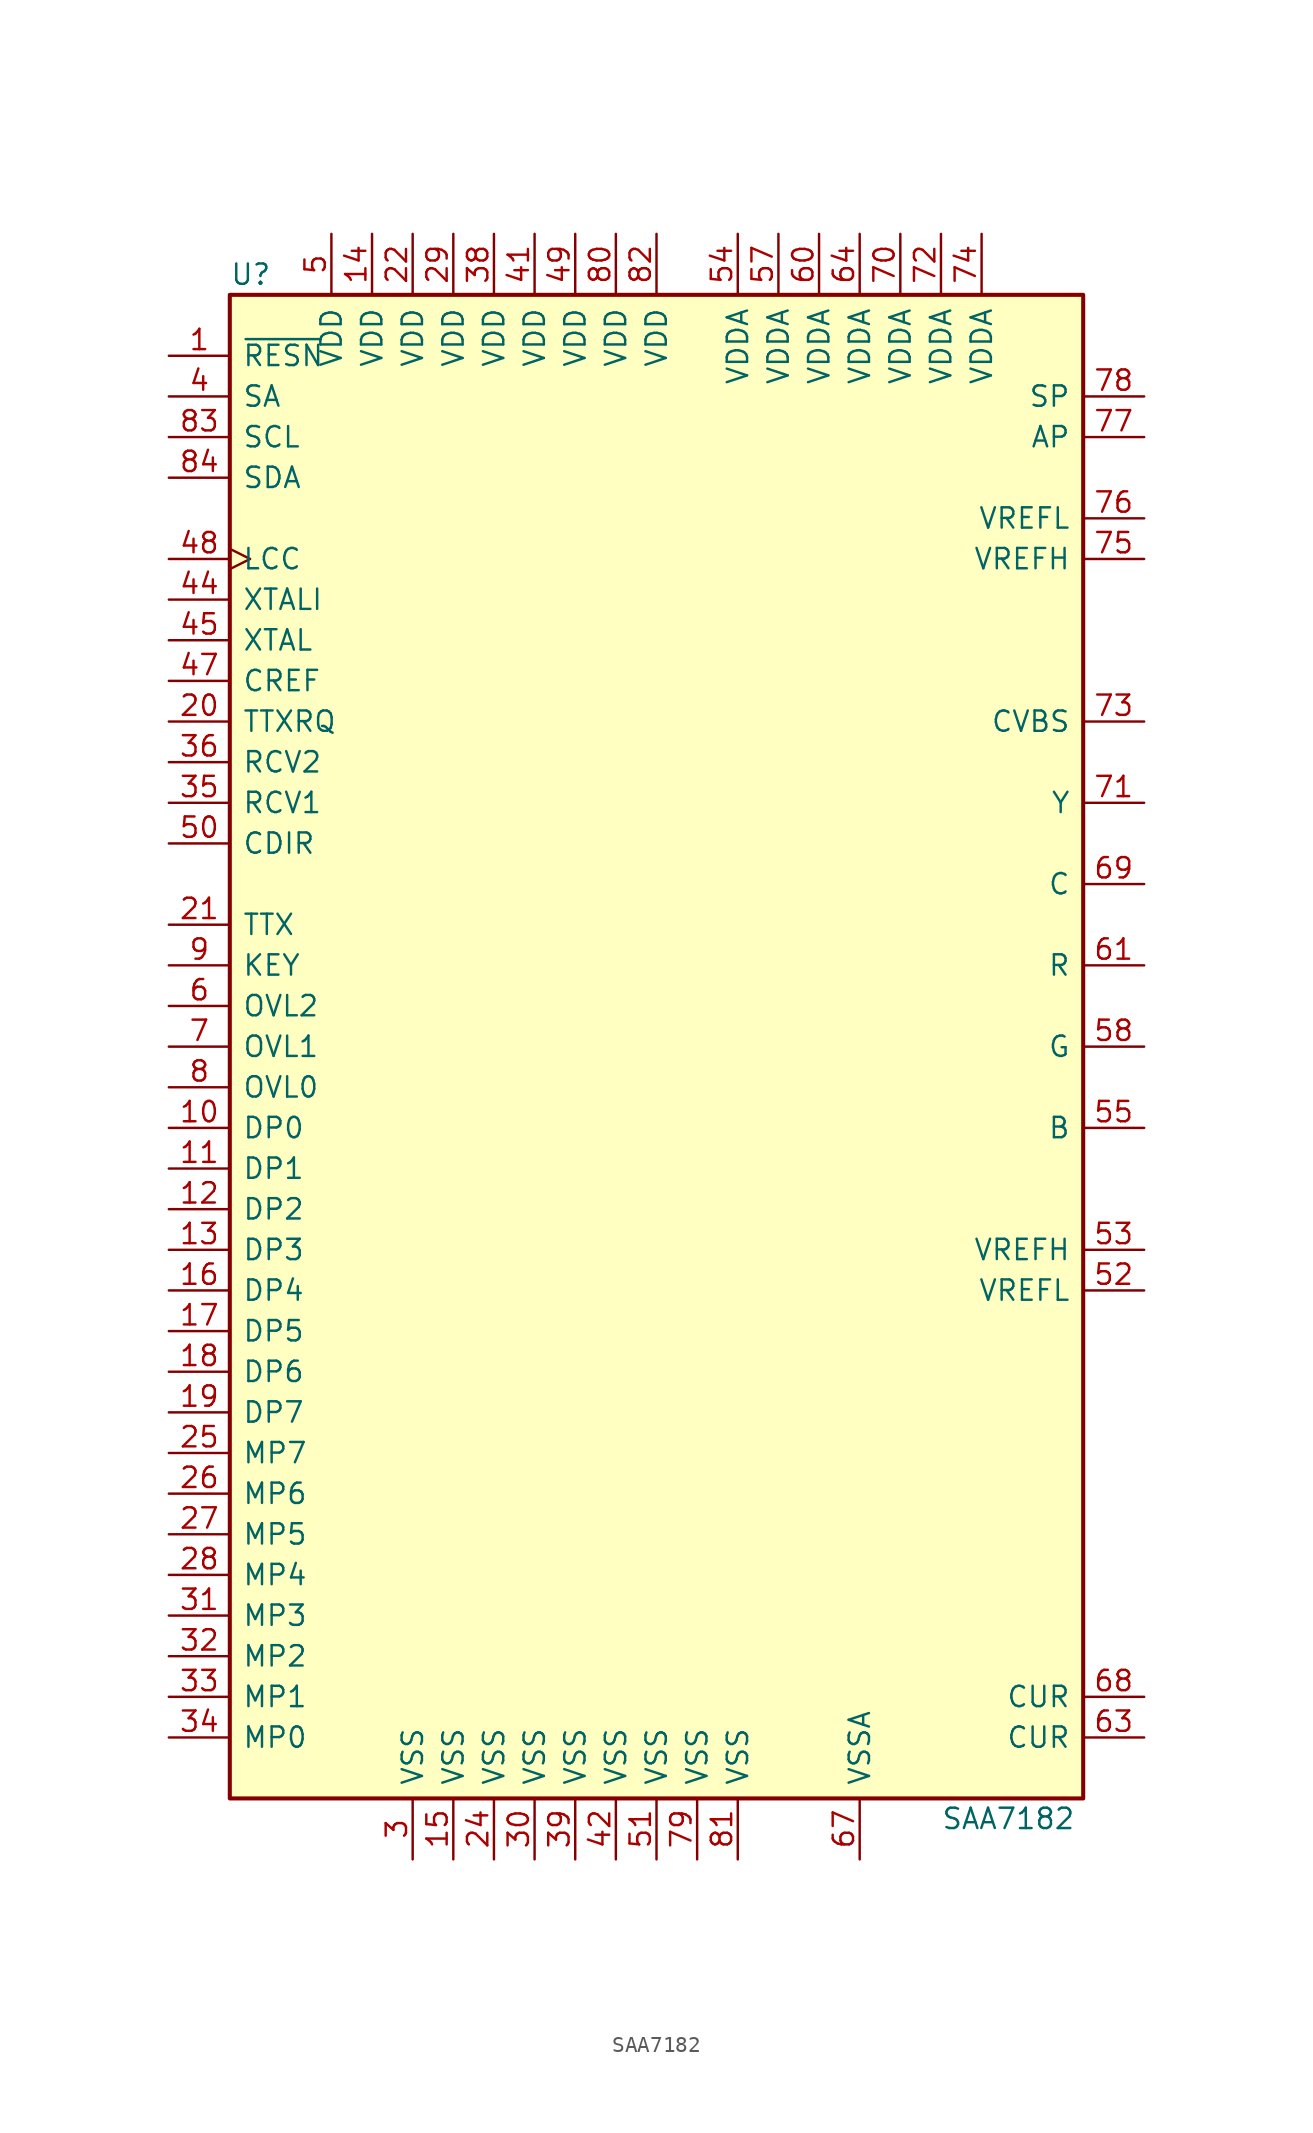
<source format=kicad_sym>
(kicad_symbol_lib
  (version 20211014)
  (generator kicad_symbol_editor)
  (symbol "SAA7182"
    (pin_names
      (offset 0.762))
    (property "Reference" "U"
      (at -26.67 48.26 0)
      (effects (font (size 1.27 1.27)) (justify left)))
    (property "Value" "SAA7182"
      (at 17.78 -48.26 0)
      (effects (font (size 1.27 1.27)) (justify left)))
    (symbol "SAA7182_0_1"
      (rectangle (start -26.67 -46.99) (end 26.67 46.99) (stroke (width 0.254) (type default) (color 0 0 0 0)) (fill (type background))))
    (symbol "SAA7182_1_1"
      (pin input line (at -30.48 43.18 0) (length 3.81) (name "~{RESN}" (effects (font (size 1.27 1.27)))) (number "1" (effects (font (size 1.27 1.27)))))
      (pin input line (at -30.48 -5.08 0) (length 3.81) (name "DP0" (effects (font (size 1.27 1.27)))) (number "10" (effects (font (size 1.27 1.27)))))
      (pin input line (at -30.48 -7.62 0) (length 3.81) (name "DP1" (effects (font (size 1.27 1.27)))) (number "11" (effects (font (size 1.27 1.27)))))
      (pin input line (at -30.48 -10.16 0) (length 3.81) (name "DP2" (effects (font (size 1.27 1.27)))) (number "12" (effects (font (size 1.27 1.27)))))
      (pin input line (at -30.48 -12.7 0) (length 3.81) (name "DP3" (effects (font (size 1.27 1.27)))) (number "13" (effects (font (size 1.27 1.27)))))
      (pin power_in line (at -17.78 50.8 270) (length 3.81) (name "VDD" (effects (font (size 1.27 1.27)))) (number "14" (effects (font (size 1.27 1.27)))))
      (pin power_in line (at -12.7 -50.8 90) (length 3.81) (name "VSS" (effects (font (size 1.27 1.27)))) (number "15" (effects (font (size 1.27 1.27)))))
      (pin input line (at -30.48 -15.24 0) (length 3.81) (name "DP4" (effects (font (size 1.27 1.27)))) (number "16" (effects (font (size 1.27 1.27)))))
      (pin input line (at -30.48 -17.78 0) (length 3.81) (name "DP5" (effects (font (size 1.27 1.27)))) (number "17" (effects (font (size 1.27 1.27)))))
      (pin input line (at -30.48 -20.32 0) (length 3.81) (name "DP6" (effects (font (size 1.27 1.27)))) (number "18" (effects (font (size 1.27 1.27)))))
      (pin input line (at -30.48 -22.86 0) (length 3.81) (name "DP7" (effects (font (size 1.27 1.27)))) (number "19" (effects (font (size 1.27 1.27)))))
      (pin output line (at -30.48 20.32 0) (length 3.81) (name "TTXRQ" (effects (font (size 1.27 1.27)))) (number "20" (effects (font (size 1.27 1.27)))))
      (pin input line (at -30.48 7.62 0) (length 3.81) (name "TTX" (effects (font (size 1.27 1.27)))) (number "21" (effects (font (size 1.27 1.27)))))
      (pin power_in line (at -15.24 50.8 270) (length 3.81) (name "VDD" (effects (font (size 1.27 1.27)))) (number "22" (effects (font (size 1.27 1.27)))))
      (pin power_in line (at -10.16 -50.8 90) (length 3.81) (name "VSS" (effects (font (size 1.27 1.27)))) (number "24" (effects (font (size 1.27 1.27)))))
      (pin input line (at -30.48 -25.4 0) (length 3.81) (name "MP7" (effects (font (size 1.27 1.27)))) (number "25" (effects (font (size 1.27 1.27)))))
      (pin input line (at -30.48 -27.94 0) (length 3.81) (name "MP6" (effects (font (size 1.27 1.27)))) (number "26" (effects (font (size 1.27 1.27)))))
      (pin input line (at -30.48 -30.48 0) (length 3.81) (name "MP5" (effects (font (size 1.27 1.27)))) (number "27" (effects (font (size 1.27 1.27)))))
      (pin input line (at -30.48 -33.02 0) (length 3.81) (name "MP4" (effects (font (size 1.27 1.27)))) (number "28" (effects (font (size 1.27 1.27)))))
      (pin power_in line (at -12.7 50.8 270) (length 3.81) (name "VDD" (effects (font (size 1.27 1.27)))) (number "29" (effects (font (size 1.27 1.27)))))
      (pin power_in line (at -15.24 -50.8 90) (length 3.81) (name "VSS" (effects (font (size 1.27 1.27)))) (number "3" (effects (font (size 1.27 1.27)))))
      (pin power_in line (at -7.62 -50.8 90) (length 3.81) (name "VSS" (effects (font (size 1.27 1.27)))) (number "30" (effects (font (size 1.27 1.27)))))
      (pin input line (at -30.48 -35.56 0) (length 3.81) (name "MP3" (effects (font (size 1.27 1.27)))) (number "31" (effects (font (size 1.27 1.27)))))
      (pin input line (at -30.48 -38.1 0) (length 3.81) (name "MP2" (effects (font (size 1.27 1.27)))) (number "32" (effects (font (size 1.27 1.27)))))
      (pin input line (at -30.48 -40.64 0) (length 3.81) (name "MP1" (effects (font (size 1.27 1.27)))) (number "33" (effects (font (size 1.27 1.27)))))
      (pin input line (at -30.48 -43.18 0) (length 3.81) (name "MP0" (effects (font (size 1.27 1.27)))) (number "34" (effects (font (size 1.27 1.27)))))
      (pin bidirectional line (at -30.48 15.24 0) (length 3.81) (name "RCV1" (effects (font (size 1.27 1.27)))) (number "35" (effects (font (size 1.27 1.27)))))
      (pin bidirectional line (at -30.48 17.78 0) (length 3.81) (name "RCV2" (effects (font (size 1.27 1.27)))) (number "36" (effects (font (size 1.27 1.27)))))
      (pin power_in line (at -10.16 50.8 270) (length 3.81) (name "VDD" (effects (font (size 1.27 1.27)))) (number "38" (effects (font (size 1.27 1.27)))))
      (pin power_in line (at -5.08 -50.8 90) (length 3.81) (name "VSS" (effects (font (size 1.27 1.27)))) (number "39" (effects (font (size 1.27 1.27)))))
      (pin input line (at -30.48 40.64 0) (length 3.81) (name "SA" (effects (font (size 1.27 1.27)))) (number "4" (effects (font (size 1.27 1.27)))))
      (pin power_in line (at -7.62 50.8 270) (length 3.81) (name "VDD" (effects (font (size 1.27 1.27)))) (number "41" (effects (font (size 1.27 1.27)))))
      (pin power_in line (at -2.54 -50.8 90) (length 3.81) (name "VSS" (effects (font (size 1.27 1.27)))) (number "42" (effects (font (size 1.27 1.27)))))
      (pin input line (at -30.48 27.94 0) (length 3.81) (name "XTALI" (effects (font (size 1.27 1.27)))) (number "44" (effects (font (size 1.27 1.27)))))
      (pin output line (at -30.48 25.4 0) (length 3.81) (name "XTAL" (effects (font (size 1.27 1.27)))) (number "45" (effects (font (size 1.27 1.27)))))
      (pin bidirectional line (at -30.48 22.86 0) (length 3.81) (name "CREF" (effects (font (size 1.27 1.27)))) (number "47" (effects (font (size 1.27 1.27)))))
      (pin bidirectional clock (at -30.48 30.48 0) (length 3.81) (name "LCC" (effects (font (size 1.27 1.27)))) (number "48" (effects (font (size 1.27 1.27)))))
      (pin power_in line (at -5.08 50.8 270) (length 3.81) (name "VDD" (effects (font (size 1.27 1.27)))) (number "49" (effects (font (size 1.27 1.27)))))
      (pin power_in line (at -20.32 50.8 270) (length 3.81) (name "VDD" (effects (font (size 1.27 1.27)))) (number "5" (effects (font (size 1.27 1.27)))))
      (pin input line (at -30.48 12.7 0) (length 3.81) (name "CDIR" (effects (font (size 1.27 1.27)))) (number "50" (effects (font (size 1.27 1.27)))))
      (pin power_in line (at 0 -50.8 90) (length 3.81) (name "VSS" (effects (font (size 1.27 1.27)))) (number "51" (effects (font (size 1.27 1.27)))))
      (pin passive line (at 30.48 -15.24 180) (length 3.81) (name "VREFL" (effects (font (size 1.27 1.27)))) (number "52" (effects (font (size 1.27 1.27)))))
      (pin passive line (at 30.48 -12.7 180) (length 3.81) (name "VREFH" (effects (font (size 1.27 1.27)))) (number "53" (effects (font (size 1.27 1.27)))))
      (pin power_in line (at 5.08 50.8 270) (length 3.81) (name "VDDA" (effects (font (size 1.27 1.27)))) (number "54" (effects (font (size 1.27 1.27)))))
      (pin output line (at 30.48 -5.08 180) (length 3.81) (name "B" (effects (font (size 1.27 1.27)))) (number "55" (effects (font (size 1.27 1.27)))))
      (pin power_in line (at 7.62 50.8 270) (length 3.81) (name "VDDA" (effects (font (size 1.27 1.27)))) (number "57" (effects (font (size 1.27 1.27)))))
      (pin output line (at 30.48 0 180) (length 3.81) (name "G" (effects (font (size 1.27 1.27)))) (number "58" (effects (font (size 1.27 1.27)))))
      (pin input line (at -30.48 2.54 0) (length 3.81) (name "OVL2" (effects (font (size 1.27 1.27)))) (number "6" (effects (font (size 1.27 1.27)))))
      (pin power_in line (at 10.16 50.8 270) (length 3.81) (name "VDDA" (effects (font (size 1.27 1.27)))) (number "60" (effects (font (size 1.27 1.27)))))
      (pin output line (at 30.48 5.08 180) (length 3.81) (name "R" (effects (font (size 1.27 1.27)))) (number "61" (effects (font (size 1.27 1.27)))))
      (pin input line (at 30.48 -43.18 180) (length 3.81) (name "CUR" (effects (font (size 1.27 1.27)))) (number "63" (effects (font (size 1.27 1.27)))))
      (pin power_in line (at 12.7 50.8 270) (length 3.81) (name "VDDA" (effects (font (size 1.27 1.27)))) (number "64" (effects (font (size 1.27 1.27)))))
      (pin power_in line (at 12.7 -50.8 90) (length 3.81) (name "VSSA" (effects (font (size 1.27 1.27)))) (number "67" (effects (font (size 1.27 1.27)))))
      (pin input line (at 30.48 -40.64 180) (length 3.81) (name "CUR" (effects (font (size 1.27 1.27)))) (number "68" (effects (font (size 1.27 1.27)))))
      (pin output line (at 30.48 10.16 180) (length 3.81) (name "C" (effects (font (size 1.27 1.27)))) (number "69" (effects (font (size 1.27 1.27)))))
      (pin input line (at -30.48 0 0) (length 3.81) (name "OVL1" (effects (font (size 1.27 1.27)))) (number "7" (effects (font (size 1.27 1.27)))))
      (pin power_in line (at 15.24 50.8 270) (length 3.81) (name "VDDA" (effects (font (size 1.27 1.27)))) (number "70" (effects (font (size 1.27 1.27)))))
      (pin output line (at 30.48 15.24 180) (length 3.81) (name "Y" (effects (font (size 1.27 1.27)))) (number "71" (effects (font (size 1.27 1.27)))))
      (pin power_in line (at 17.78 50.8 270) (length 3.81) (name "VDDA" (effects (font (size 1.27 1.27)))) (number "72" (effects (font (size 1.27 1.27)))))
      (pin output line (at 30.48 20.32 180) (length 3.81) (name "CVBS" (effects (font (size 1.27 1.27)))) (number "73" (effects (font (size 1.27 1.27)))))
      (pin power_in line (at 20.32 50.8 270) (length 3.81) (name "VDDA" (effects (font (size 1.27 1.27)))) (number "74" (effects (font (size 1.27 1.27)))))
      (pin passive line (at 30.48 30.48 180) (length 3.81) (name "VREFH" (effects (font (size 1.27 1.27)))) (number "75" (effects (font (size 1.27 1.27)))))
      (pin passive line (at 30.48 33.02 180) (length 3.81) (name "VREFL" (effects (font (size 1.27 1.27)))) (number "76" (effects (font (size 1.27 1.27)))))
      (pin input line (at 30.48 38.1 180) (length 3.81) (name "AP" (effects (font (size 1.27 1.27)))) (number "77" (effects (font (size 1.27 1.27)))))
      (pin input line (at 30.48 40.64 180) (length 3.81) (name "SP" (effects (font (size 1.27 1.27)))) (number "78" (effects (font (size 1.27 1.27)))))
      (pin power_in line (at 2.54 -50.8 90) (length 3.81) (name "VSS" (effects (font (size 1.27 1.27)))) (number "79" (effects (font (size 1.27 1.27)))))
      (pin input line (at -30.48 -2.54 0) (length 3.81) (name "OVL0" (effects (font (size 1.27 1.27)))) (number "8" (effects (font (size 1.27 1.27)))))
      (pin power_in line (at -2.54 50.8 270) (length 3.81) (name "VDD" (effects (font (size 1.27 1.27)))) (number "80" (effects (font (size 1.27 1.27)))))
      (pin power_in line (at 5.08 -50.8 90) (length 3.81) (name "VSS" (effects (font (size 1.27 1.27)))) (number "81" (effects (font (size 1.27 1.27)))))
      (pin power_in line (at 0 50.8 270) (length 3.81) (name "VDD" (effects (font (size 1.27 1.27)))) (number "82" (effects (font (size 1.27 1.27)))))
      (pin input line (at -30.48 38.1 0) (length 3.81) (name "SCL" (effects (font (size 1.27 1.27)))) (number "83" (effects (font (size 1.27 1.27)))))
      (pin bidirectional line (at -30.48 35.56 0) (length 3.81) (name "SDA" (effects (font (size 1.27 1.27)))) (number "84" (effects (font (size 1.27 1.27)))))
      (pin input line (at -30.48 5.08 0) (length 3.81) (name "KEY" (effects (font (size 1.27 1.27)))) (number "9" (effects (font (size 1.27 1.27))))))))
</source>
